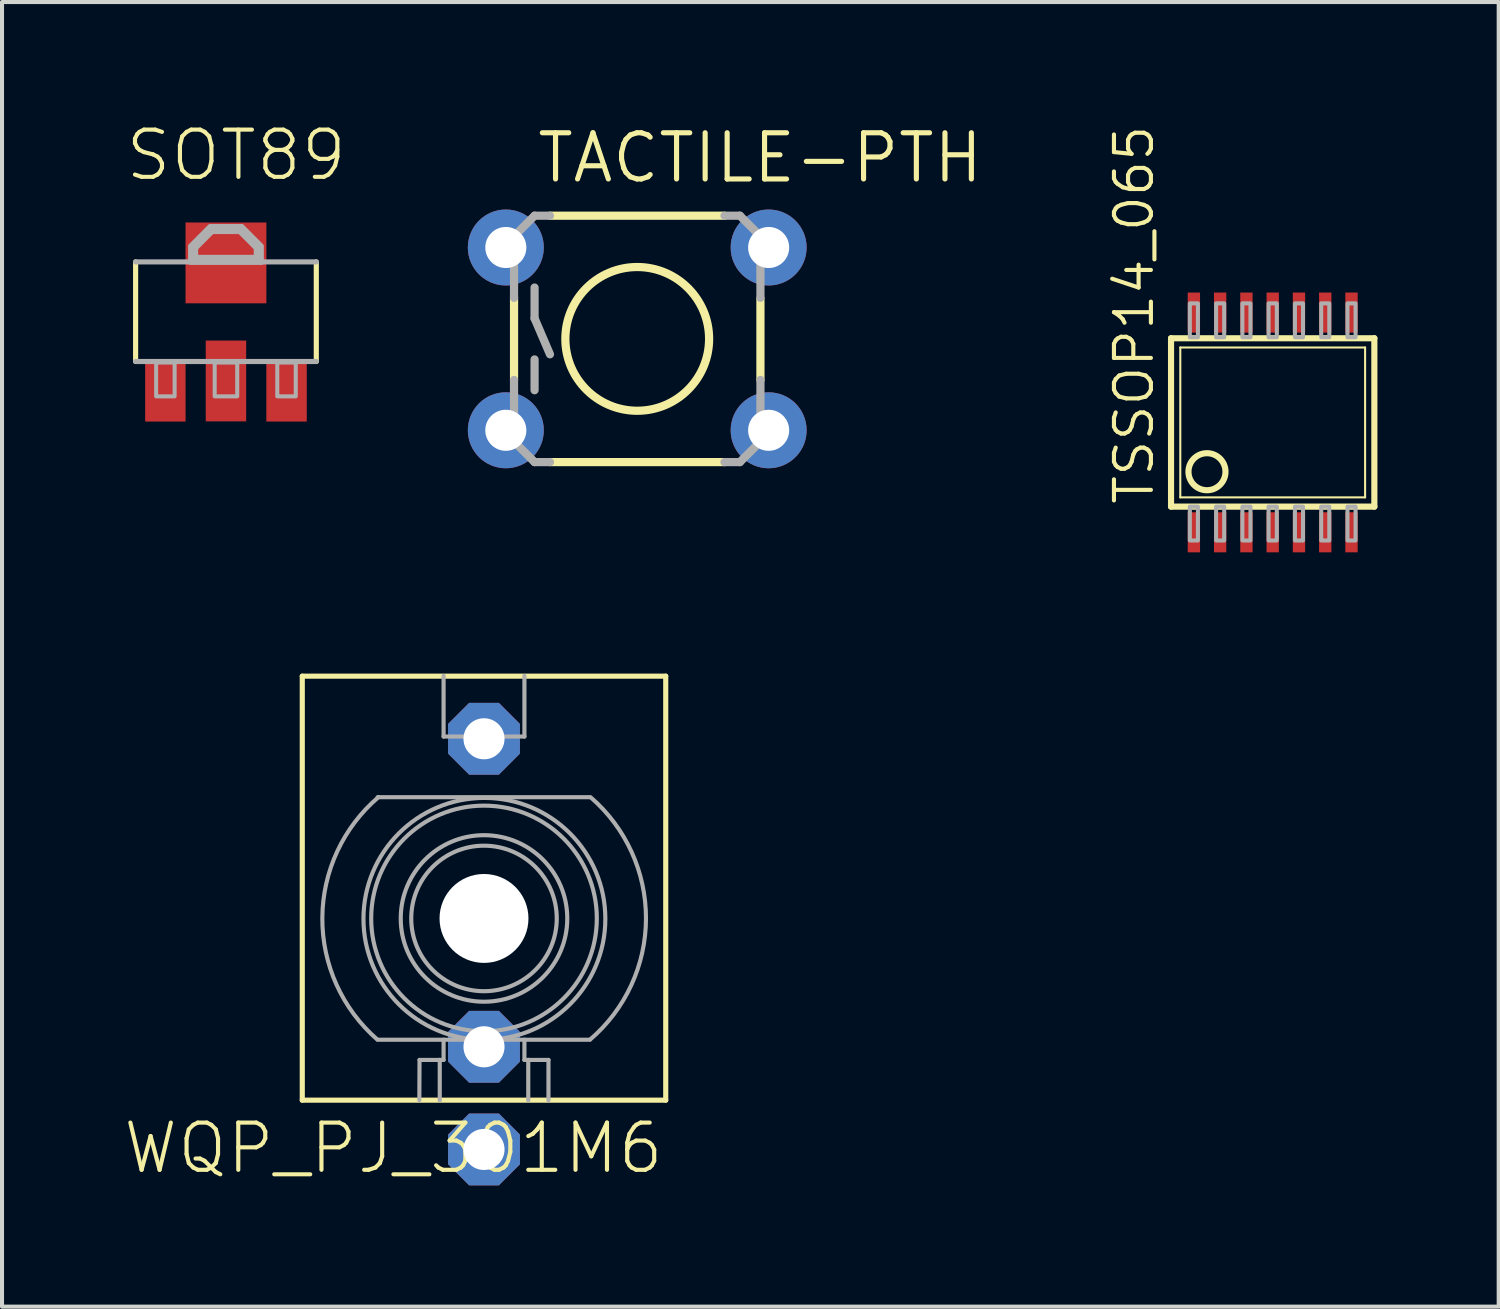
<source format=kicad_pcb>
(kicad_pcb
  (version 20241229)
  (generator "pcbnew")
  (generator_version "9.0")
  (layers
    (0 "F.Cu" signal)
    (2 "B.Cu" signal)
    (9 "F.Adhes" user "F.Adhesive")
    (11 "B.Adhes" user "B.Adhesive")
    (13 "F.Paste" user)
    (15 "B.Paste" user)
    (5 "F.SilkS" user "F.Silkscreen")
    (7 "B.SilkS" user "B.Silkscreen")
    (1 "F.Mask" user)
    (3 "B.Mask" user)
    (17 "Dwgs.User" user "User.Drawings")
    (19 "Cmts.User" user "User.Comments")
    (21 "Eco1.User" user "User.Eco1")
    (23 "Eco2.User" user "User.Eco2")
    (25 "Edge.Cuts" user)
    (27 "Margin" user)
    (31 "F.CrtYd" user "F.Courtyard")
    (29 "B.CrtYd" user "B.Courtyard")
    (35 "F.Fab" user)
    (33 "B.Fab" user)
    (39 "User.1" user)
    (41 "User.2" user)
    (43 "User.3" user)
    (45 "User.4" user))
  (footprint "TSSOP14_065"
    (layer "F.Cu")
    (at 28.436 7.401)
    (property "Reference" "TSSOP14_065" (at -2.896 2.083 90) (layer "F.SilkS") (effects (font (size 0.914 0.914) (thickness 0.102)) (justify left bottom)))
    (fp_line (start -2.515 2.083) (end -2.515 -2.083) (stroke (width 0.152) (type solid)) (layer "F.SilkS"))
    (fp_line (start -2.515 2.083) (end 2.515 2.083) (stroke (width 0.152) (type solid)) (layer "F.SilkS"))
    (fp_line (start -2.286 1.854) (end -2.286 -1.854) (stroke (width 0.051) (type solid)) (layer "F.SilkS"))
    (fp_line (start -2.286 1.854) (end 2.286 1.854) (stroke (width 0.051) (type solid)) (layer "F.SilkS"))
    (fp_line (start 2.286 -1.854) (end -2.286 -1.854) (stroke (width 0.051) (type solid)) (layer "F.SilkS"))
    (fp_line (start 2.286 -1.854) (end 2.286 1.854) (stroke (width 0.051) (type solid)) (layer "F.SilkS"))
    (fp_line (start 2.515 -2.083) (end -2.515 -2.083) (stroke (width 0.152) (type solid)) (layer "F.SilkS"))
    (fp_line (start 2.515 -2.083) (end 2.515 2.083) (stroke (width 0.152) (type solid)) (layer "F.SilkS"))
    (fp_circle (center -1.626 1.219) (end -1.168 1.219) (stroke (width 0.152) (type solid)) (fill no) (layer "F.SilkS"))
    (fp_poly (pts (xy -2.05 -2.108) (xy -1.85 -2.108) (xy -1.85 -2.946) (xy -2.05 -2.946)) (stroke (width 0.1) (type solid)) (fill no) (layer "F.Fab"))
    (fp_poly (pts (xy -2.05 2.921) (xy -1.85 2.921) (xy -1.85 2.083) (xy -2.05 2.083)) (stroke (width 0.1) (type solid)) (fill no) (layer "F.Fab"))
    (fp_poly (pts (xy -1.4 -2.108) (xy -1.2 -2.108) (xy -1.2 -2.946) (xy -1.4 -2.946)) (stroke (width 0.1) (type solid)) (fill no) (layer "F.Fab"))
    (fp_poly (pts (xy -1.4 2.921) (xy -1.2 2.921) (xy -1.2 2.083) (xy -1.4 2.083)) (stroke (width 0.1) (type solid)) (fill no) (layer "F.Fab"))
    (fp_poly (pts (xy -0.75 -2.108) (xy -0.55 -2.108) (xy -0.55 -2.946) (xy -0.75 -2.946)) (stroke (width 0.1) (type solid)) (fill no) (layer "F.Fab"))
    (fp_poly (pts (xy -0.75 2.921) (xy -0.55 2.921) (xy -0.55 2.083) (xy -0.75 2.083)) (stroke (width 0.1) (type solid)) (fill no) (layer "F.Fab"))
    (fp_poly (pts (xy -0.102 -2.108) (xy 0.102 -2.108) (xy 0.102 -2.946) (xy -0.102 -2.946)) (stroke (width 0.1) (type solid)) (fill no) (layer "F.Fab"))
    (fp_poly (pts (xy -0.102 2.921) (xy 0.102 2.921) (xy 0.102 2.083) (xy -0.102 2.083)) (stroke (width 0.1) (type solid)) (fill no) (layer "F.Fab"))
    (fp_poly (pts (xy 0.55 -2.108) (xy 0.75 -2.108) (xy 0.75 -2.946) (xy 0.55 -2.946)) (stroke (width 0.1) (type solid)) (fill no) (layer "F.Fab"))
    (fp_poly (pts (xy 0.55 2.921) (xy 0.75 2.921) (xy 0.75 2.083) (xy 0.55 2.083)) (stroke (width 0.1) (type solid)) (fill no) (layer "F.Fab"))
    (fp_poly (pts (xy 1.2 -2.108) (xy 1.4 -2.108) (xy 1.4 -2.946) (xy 1.2 -2.946)) (stroke (width 0.1) (type solid)) (fill no) (layer "F.Fab"))
    (fp_poly (pts (xy 1.2 2.921) (xy 1.4 2.921) (xy 1.4 2.083) (xy 1.2 2.083)) (stroke (width 0.1) (type solid)) (fill no) (layer "F.Fab"))
    (fp_poly (pts (xy 1.85 -2.108) (xy 2.05 -2.108) (xy 2.05 -2.946) (xy 1.85 -2.946)) (stroke (width 0.1) (type solid)) (fill no) (layer "F.Fab"))
    (fp_poly (pts (xy 1.85 2.921) (xy 2.05 2.921) (xy 2.05 2.083) (xy 1.85 2.083)) (stroke (width 0.1) (type solid)) (fill no) (layer "F.Fab"))
    (pad "1" smd rect (at -1.95 2.718) (size 0.305 0.991) (layers "F.Cu" "F.Mask" "F.Paste"))
    (pad "2" smd rect (at -1.3 2.718) (size 0.305 0.991) (layers "F.Cu" "F.Mask" "F.Paste"))
    (pad "3" smd rect (at -0.65 2.718) (size 0.305 0.991) (layers "F.Cu" "F.Mask" "F.Paste"))
    (pad "4" smd rect (at 0 2.718) (size 0.305 0.991) (layers "F.Cu" "F.Mask" "F.Paste"))
    (pad "5" smd rect (at 0.65 2.718) (size 0.305 0.991) (layers "F.Cu" "F.Mask" "F.Paste"))
    (pad "6" smd rect (at 1.3 2.718) (size 0.305 0.991) (layers "F.Cu" "F.Mask" "F.Paste"))
    (pad "7" smd rect (at 1.95 2.718) (size 0.305 0.991) (layers "F.Cu" "F.Mask" "F.Paste"))
    (pad "8" smd rect (at 1.95 -2.718) (size 0.305 0.991) (layers "F.Cu" "F.Mask" "F.Paste"))
    (pad "9" smd rect (at 1.3 -2.718) (size 0.305 0.991) (layers "F.Cu" "F.Mask" "F.Paste"))
    (pad "10" smd rect (at 0.65 -2.718) (size 0.305 0.991) (layers "F.Cu" "F.Mask" "F.Paste"))
    (pad "11" smd rect (at 0 -2.718) (size 0.305 0.991) (layers "F.Cu" "F.Mask" "F.Paste"))
    (pad "12" smd rect (at -0.65 -2.718) (size 0.305 0.991) (layers "F.Cu" "F.Mask" "F.Paste"))
    (pad "13" smd rect (at -1.3 -2.718) (size 0.305 0.991) (layers "F.Cu" "F.Mask" "F.Paste"))
    (pad "14" smd rect (at -1.95 -2.718) (size 0.305 0.991) (layers "F.Cu" "F.Mask" "F.Paste")))
  (footprint "TACTILE-PTH"
    (layer "F.Cu")
    (at 12.715 5.334)
    (property "Reference" "TACTILE-PTH" (at -2.54 -3.81 0) (layer "F.SilkS") (effects (font (size 1.143 1.143) (thickness 0.127)) (justify left bottom)))
    (fp_line (start -3.048 -1.028) (end -3.048 1.016) (stroke (width 0.203) (type solid)) (layer "F.SilkS"))
    (fp_line (start -2.159 3.048) (end 2.159 3.048) (stroke (width 0.203) (type solid)) (layer "F.SilkS"))
    (fp_line (start 2.159 -3.048) (end -2.159 -3.048) (stroke (width 0.203) (type solid)) (layer "F.SilkS"))
    (fp_line (start 3.048 -0.998) (end 3.048 1.016) (stroke (width 0.203) (type solid)) (layer "F.SilkS"))
    (fp_circle (center 0 0) (end 1.778 0) (stroke (width 0.203) (type solid)) (fill no) (layer "F.SilkS"))
    (fp_line (start -3.048 -2.54) (end -3.048 -1.016) (stroke (width 0.203) (type solid)) (layer "F.Fab"))
    (fp_line (start -3.048 2.54) (end -3.048 1.016) (stroke (width 0.203) (type solid)) (layer "F.Fab"))
    (fp_line (start -2.54 -3.048) (end -3.048 -2.54) (stroke (width 0.203) (type solid)) (layer "F.Fab"))
    (fp_line (start -2.54 -3.048) (end -2.159 -3.048) (stroke (width 0.203) (type solid)) (layer "F.Fab"))
    (fp_line (start -2.54 -1.27) (end -2.54 -0.508) (stroke (width 0.203) (type solid)) (layer "F.Fab"))
    (fp_line (start -2.54 -0.508) (end -2.159 0.381) (stroke (width 0.203) (type solid)) (layer "F.Fab"))
    (fp_line (start -2.54 0.508) (end -2.54 1.27) (stroke (width 0.203) (type solid)) (layer "F.Fab"))
    (fp_line (start -2.54 3.048) (end -3.048 2.54) (stroke (width 0.203) (type solid)) (layer "F.Fab"))
    (fp_line (start -2.54 3.048) (end -2.159 3.048) (stroke (width 0.203) (type solid)) (layer "F.Fab"))
    (fp_line (start 2.54 -3.048) (end 2.159 -3.048) (stroke (width 0.203) (type solid)) (layer "F.Fab"))
    (fp_line (start 2.54 3.048) (end 2.159 3.048) (stroke (width 0.203) (type solid)) (layer "F.Fab"))
    (fp_line (start 2.54 3.048) (end 3.048 2.54) (stroke (width 0.203) (type solid)) (layer "F.Fab"))
    (fp_line (start 3.048 -2.54) (end 2.54 -3.048) (stroke (width 0.203) (type solid)) (layer "F.Fab"))
    (fp_line (start 3.048 -1.016) (end 3.048 -2.54) (stroke (width 0.203) (type solid)) (layer "F.Fab"))
    (fp_line (start 3.048 2.54) (end 3.048 1.016) (stroke (width 0.203) (type solid)) (layer "F.Fab"))
    (pad "1" thru_hole circle (at -3.251 -2.261) (size 1.88 1.88) (drill 1.016) (layers "*.Cu" "*.Mask"))
    (pad "2" thru_hole circle (at 3.251 -2.261) (size 1.88 1.88) (drill 1.016) (layers "*.Cu" "*.Mask"))
    (pad "3" thru_hole circle (at -3.251 2.261) (size 1.88 1.88) (drill 1.016) (layers "*.Cu" "*.Mask"))
    (pad "4" thru_hole circle (at 3.251 2.261) (size 1.88 1.88) (drill 1.016) (layers "*.Cu" "*.Mask")))
  (footprint "WQP_PJ_301M6"
    (layer "F.Cu")
    (at 8.924 19.672)
    (property "Reference" "WQP_PJ_301M6" (at 4.5 5 0) (layer "F.SilkS") (effects (font (size 1.168 1.168) (thickness 0.102)) (justify right top)))
    (fp_line (start -4.496 -5.994) (end 4.496 -5.994) (stroke (width 0.127) (type solid)) (layer "F.SilkS"))
    (fp_line (start -4.496 4.496) (end -4.496 -5.994) (stroke (width 0.127) (type solid)) (layer "F.SilkS"))
    (fp_line (start 4.496 -5.994) (end 4.496 4.496) (stroke (width 0.127) (type solid)) (layer "F.SilkS"))
    (fp_line (start 4.496 4.496) (end -4.496 4.496) (stroke (width 0.127) (type solid)) (layer "F.SilkS"))
    (fp_line (start -2.631 -3) (end 2.62 -3) (stroke (width 0.102) (type solid)) (layer "F.Fab"))
    (fp_line (start -2.631 3) (end 2.62 3) (stroke (width 0.102) (type solid)) (layer "F.Fab"))
    (fp_line (start -1.6 4.496) (end -1.595 3.5) (stroke (width 0.102) (type solid)) (layer "F.Fab"))
    (fp_line (start -1.595 3.5) (end -1.095 3.5) (stroke (width 0.102) (type solid)) (layer "F.Fab"))
    (fp_line (start -1.095 3.5) (end -1.095 4.5) (stroke (width 0.102) (type solid)) (layer "F.Fab"))
    (fp_line (start -1.095 3.5) (end -1 3.5) (stroke (width 0.102) (type solid)) (layer "F.Fab"))
    (fp_line (start -1 -4.5) (end -1 -6) (stroke (width 0.102) (type solid)) (layer "F.Fab"))
    (fp_line (start -1 0) (end 1 0) (stroke (width 0.102) (type solid)) (layer "F.Fab"))
    (fp_line (start -1 3.5) (end -1 3) (stroke (width 0.102) (type solid)) (layer "F.Fab"))
    (fp_line (start 0 -1) (end 0 1) (stroke (width 0.102) (type solid)) (layer "F.Fab"))
    (fp_line (start 1 -6) (end 1 -4.5) (stroke (width 0.102) (type solid)) (layer "F.Fab"))
    (fp_line (start 1 -4.5) (end -1 -4.5) (stroke (width 0.102) (type solid)) (layer "F.Fab"))
    (fp_line (start 1 3) (end 1 3.5) (stroke (width 0.102) (type solid)) (layer "F.Fab"))
    (fp_line (start 1 3.5) (end 1.095 3.5) (stroke (width 0.102) (type solid)) (layer "F.Fab"))
    (fp_line (start 1.095 3.5) (end 1.095 4.5) (stroke (width 0.102) (type solid)) (layer "F.Fab"))
    (fp_line (start 1.095 3.5) (end 1.595 3.5) (stroke (width 0.102) (type solid)) (layer "F.Fab"))
    (fp_line (start 1.595 3.5) (end 1.595 4.5) (stroke (width 0.102) (type solid)) (layer "F.Fab"))
    (fp_arc (start -2.641998 2.994) (mid -3.999529 -0.012791) (end -2.608 -3.004) (stroke (width 0.1016) (type solid)) (layer "F.Fab"))
    (fp_arc (start 2.642 -2.994) (mid 4.007235 0.003208) (end 2.628 2.994) (stroke (width 0.1016) (type solid)) (layer "F.Fab"))
    (fp_circle (center 0 0) (end 1.8 0) (stroke (width 0.102) (type solid)) (fill no) (layer "F.Fab"))
    (fp_circle (center 0 0) (end 2.06 0) (stroke (width 0.102) (type solid)) (fill no) (layer "F.Fab"))
    (fp_circle (center 0 0) (end 2.791 0) (stroke (width 0.102) (type solid)) (fill no) (layer "F.Fab"))
    (fp_circle (center 0.01 0.01) (end 3.002 0.01) (stroke (width 0.102) (type solid)) (fill no) (layer "F.Fab"))
    (pad "" np_thru_hole circle (at 0 0) (size 2.2 2.2) (drill 2.2) (layers "*.Cu" "*.Mask"))
    (pad "P1" thru_hole roundrect (at 0 5.715) (size 1.778 1.778) (drill 1.016) (layers "*.Cu" "*.Mask") (roundrect_rratio 0.25) (chamfer_ratio 0.293) (chamfer top_left top_right bottom_left bottom_right))
    (pad "P2" thru_hole roundrect (at 0 3.175) (size 1.778 1.778) (drill 1.016) (layers "*.Cu" "*.Mask") (roundrect_rratio 0.25) (chamfer_ratio 0.293) (chamfer top_left top_right bottom_left bottom_right))
    (pad "P3" thru_hole roundrect (at 0 -4.445) (size 1.778 1.778) (drill 1.016) (layers "*.Cu" "*.Mask") (roundrect_rratio 0.25) (chamfer_ratio 0.293) (chamfer top_left top_right bottom_left bottom_right)))
  (footprint "SOT89"
    (layer "F.Cu")
    (at 2.54 4.648)
    (property "Reference" "SOT89" (at -2.54 -3.175 0) (layer "F.SilkS") (effects (font (size 1.168 1.168) (thickness 0.102)) (justify left bottom)))
    (fp_poly (pts (xy -2.025 2.775) (xy -0.975 2.775) (xy -0.975 1.2) (xy -2.025 1.2)) (stroke (width 0) (type solid)) (fill yes) (layer "F.Mask"))
    (fp_poly (pts (xy -0.525 2.775) (xy 0.525 2.775) (xy 0.525 1.2) (xy -0.525 1.2)) (stroke (width 0) (type solid)) (fill yes) (layer "F.Mask"))
    (fp_poly (pts (xy 0.975 2.775) (xy 2.025 2.775) (xy 2.025 1.2) (xy 0.975 1.2)) (stroke (width 0) (type solid)) (fill yes) (layer "F.Mask"))
    (fp_line (start -2.235 1.245) (end -2.235 -1.219) (stroke (width 0.127) (type solid)) (layer "F.SilkS"))
    (fp_line (start 2.235 -1.219) (end 2.235 1.245) (stroke (width 0.127) (type solid)) (layer "F.SilkS"))
    (fp_poly (pts (xy -1.9 2.68) (xy -1.1 2.68) (xy -1.1 1.28) (xy -1.9 1.28)) (stroke (width 0) (type solid)) (fill yes) (layer "F.Paste"))
    (fp_poly (pts (xy -0.9 0) (xy 0.9 0) (xy 0.9 -2.2) (xy -0.9 -2.2)) (stroke (width 0) (type solid)) (fill yes) (layer "F.Paste"))
    (fp_poly (pts (xy -0.4 2.68) (xy 0.4 2.68) (xy 0.4 1.28) (xy -0.4 1.28)) (stroke (width 0) (type solid)) (fill yes) (layer "F.Paste"))
    (fp_poly (pts (xy 1.1 2.68) (xy 1.9 2.68) (xy 1.9 1.28) (xy 1.1 1.28)) (stroke (width 0) (type solid)) (fill yes) (layer "F.Paste"))
    (fp_line (start -2.235 -1.219) (end 2.235 -1.219) (stroke (width 0.127) (type solid)) (layer "F.Fab"))
    (fp_line (start -0.787 -1.575) (end -0.356 -2.007) (stroke (width 0.2) (type solid)) (layer "F.Fab"))
    (fp_line (start -0.787 -1.295) (end -0.787 -1.575) (stroke (width 0.2) (type solid)) (layer "F.Fab"))
    (fp_line (start -0.356 -2.007) (end 0.356 -2.007) (stroke (width 0.2) (type solid)) (layer "F.Fab"))
    (fp_line (start 0.356 -2.007) (end 0.787 -1.575) (stroke (width 0.2) (type solid)) (layer "F.Fab"))
    (fp_line (start 0.787 -1.575) (end 0.787 -1.295) (stroke (width 0.2) (type solid)) (layer "F.Fab"))
    (fp_line (start 0.787 -1.295) (end -0.787 -1.295) (stroke (width 0.2) (type solid)) (layer "F.Fab"))
    (fp_line (start 2.235 1.245) (end -2.235 1.245) (stroke (width 0.127) (type solid)) (layer "F.Fab"))
    (fp_poly (pts (xy -1.727 2.108) (xy -1.27 2.108) (xy -1.27 1.27) (xy -1.727 1.27)) (stroke (width 0.1) (type solid)) (fill no) (layer "F.Fab"))
    (fp_poly (pts (xy -0.279 2.108) (xy 0.279 2.108) (xy 0.279 1.27) (xy -0.279 1.27)) (stroke (width 0.1) (type solid)) (fill no) (layer "F.Fab"))
    (fp_poly (pts (xy 1.27 2.108) (xy 1.727 2.108) (xy 1.727 1.27) (xy 1.27 1.27)) (stroke (width 0.1) (type solid)) (fill no) (layer "F.Fab"))
    (fp_poly (pts (xy 0.887 -1.616) (xy 0.887 -1.196) (xy -0.887 -1.196) (xy -0.887 -1.616) (xy -0.397 -2.107) (xy 0.397 -2.107)) (stroke (width 0.1) (type solid)) (fill no) (layer "F.Fab"))
    (pad "1" smd rect (at -1.499 1.981) (size 1 1.5) (layers "F.Cu"))
    (pad "2" smd rect (at 0 1.727) (size 1 2) (layers "F.Cu"))
    (pad "2@1" smd rect (at 0 -1.194 90) (size 2 2) (layers "F.Cu" "F.Mask"))
    (pad "3" smd rect (at 1.499 1.981) (size 1 1.5) (layers "F.Cu")))
  (gr_rect
    (start -3 -3)
    (end 34.027 29.276)
    (stroke (width 0.1) (type default))
    (fill no)
    (layer "Edge.Cuts")))
</source>
